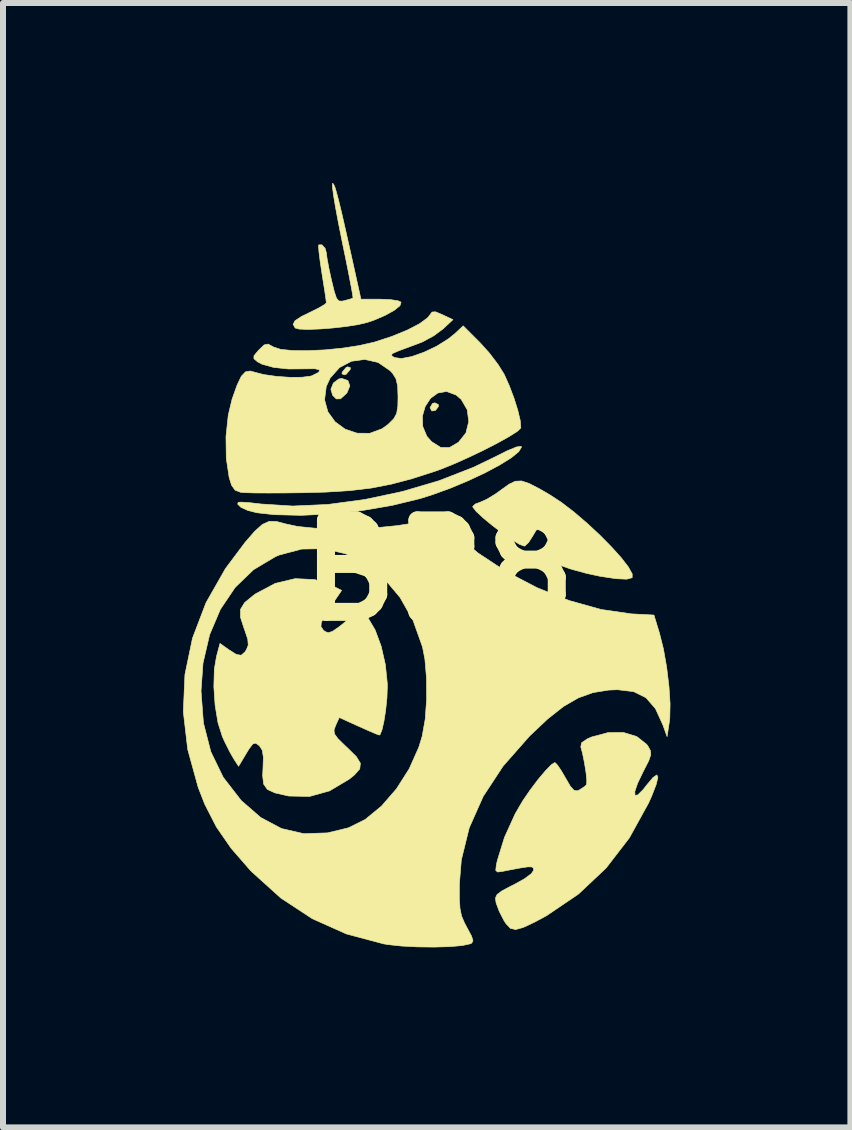
<source format=kicad_pcb>
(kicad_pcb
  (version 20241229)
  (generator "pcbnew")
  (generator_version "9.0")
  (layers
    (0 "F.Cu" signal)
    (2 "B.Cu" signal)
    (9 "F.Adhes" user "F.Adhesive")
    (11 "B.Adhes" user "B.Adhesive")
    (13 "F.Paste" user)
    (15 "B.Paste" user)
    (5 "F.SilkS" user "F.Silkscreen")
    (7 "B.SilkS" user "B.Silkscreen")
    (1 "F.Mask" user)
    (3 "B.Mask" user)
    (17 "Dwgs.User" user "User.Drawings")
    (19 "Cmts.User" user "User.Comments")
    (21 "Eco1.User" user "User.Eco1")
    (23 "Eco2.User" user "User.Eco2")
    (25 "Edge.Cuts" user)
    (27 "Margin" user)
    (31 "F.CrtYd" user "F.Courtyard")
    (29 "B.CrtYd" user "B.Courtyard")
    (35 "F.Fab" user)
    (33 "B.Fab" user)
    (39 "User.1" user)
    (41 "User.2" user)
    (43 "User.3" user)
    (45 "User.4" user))
  (footprint "BB8"
    (layer "F.Cu")
    (at 4.269 6.457)
    (property "Reference" "BB8" (at 0 0 0) (layer "F.SilkS") (effects (font (size 1.524 1.524) (thickness 0.3))))
    (attr through_hole)
    (fp_poly (pts (xy -0.013 -2.764) (xy -0.012 -2.734) (xy -0.062 -2.667) (xy -0.123 -2.658) (xy -0.152 -2.714) (xy -0.111 -2.784) (xy -0.072 -2.794) (xy -0.013 -2.764)) (stroke (width 0.01) (type solid)) (fill yes) (layer "F.SilkS"))
    (fp_poly (pts (xy -1.48 -3.38) (xy -1.483 -3.35) (xy -1.547 -3.273) (xy -1.572 -3.261) (xy -1.619 -3.275) (xy -1.616 -3.305) (xy -1.552 -3.382) (xy -1.527 -3.394) (xy -1.48 -3.38)) (stroke (width 0.01) (type solid)) (fill yes) (layer "F.SilkS"))
    (fp_poly (pts (xy -1.521 -3.165) (xy -1.489 -3.077) (xy -1.534 -2.965) (xy -1.551 -2.945) (xy -1.644 -2.861) (xy -1.714 -2.859) (xy -1.775 -2.918) (xy -1.805 -3.019) (xy -1.763 -3.124) (xy -1.672 -3.192) (xy -1.622 -3.2) (xy -1.521 -3.165)) (stroke (width 0.01) (type solid)) (fill yes) (layer "F.SilkS"))
    (fp_poly (pts (xy 1.372 -2.057) (xy 1.326 -1.98) (xy 1.2 -1.877) (xy 1.008 -1.758) (xy 0.767 -1.629) (xy 0.49 -1.499) (xy 0.195 -1.375) (xy -0.104 -1.266) (xy -0.314 -1.199) (xy -0.783 -1.085) (xy -1.289 -0.998) (xy -1.804 -0.942) (xy -2.3 -0.919) (xy -2.751 -0.93) (xy -3.036 -0.962) (xy -3.189 -1) (xy -3.304 -1.053) (xy -3.358 -1.106) (xy -3.349 -1.136) (xy -3.292 -1.139) (xy -3.161 -1.13) (xy -2.985 -1.11) (xy -2.972 -1.108) (xy -2.441 -1.074) (xy -1.856 -1.1) (xy -1.239 -1.183) (xy -0.614 -1.316) (xy -0.003 -1.496) (xy 0.57 -1.719) (xy 0.902 -1.879) (xy 1.136 -1.996) (xy 1.291 -2.059) (xy 1.365 -2.068) (xy 1.372 -2.057)) (stroke (width 0.01) (type solid)) (fill yes) (layer "F.SilkS"))
    (fp_poly (pts (xy 1.497 -1.451) (xy 1.67 -1.362) (xy 1.847 -1.259) (xy 2.039 -1.133) (xy 2.25 -0.971) (xy 2.467 -0.785) (xy 2.678 -0.589) (xy 2.871 -0.393) (xy 3.034 -0.212) (xy 3.153 -0.058) (xy 3.217 0.058) (xy 3.216 0.12) (xy 3.127 0.145) (xy 2.947 0.137) (xy 2.678 0.096) (xy 2.667 0.094) (xy 2.455 0.048) (xy 2.235 -0.012) (xy 2.175 -0.03) (xy 2.039 -0.078) (xy 1.964 -0.13) (xy 1.928 -0.217) (xy 1.904 -0.371) (xy 1.902 -0.388) (xy 1.872 -0.562) (xy 1.828 -0.66) (xy 1.759 -0.709) (xy 1.759 -0.709) (xy 1.679 -0.721) (xy 1.615 -0.669) (xy 1.561 -0.578) (xy 1.49 -0.467) (xy 1.428 -0.409) (xy 1.418 -0.406) (xy 1.338 -0.436) (xy 1.208 -0.515) (xy 1.049 -0.626) (xy 0.883 -0.752) (xy 0.732 -0.877) (xy 0.617 -0.984) (xy 0.561 -1.056) (xy 0.559 -1.067) (xy 0.602 -1.108) (xy 0.682 -1.137) (xy 0.79 -1.185) (xy 0.938 -1.275) (xy 1.041 -1.349) (xy 1.165 -1.438) (xy 1.268 -1.487) (xy 1.371 -1.492) (xy 1.497 -1.451)) (stroke (width 0.01) (type solid)) (fill yes) (layer "F.SilkS"))
    (fp_poly (pts (xy -1.76 -6.438) (xy -1.738 -6.389) (xy -1.71 -6.296) (xy -1.671 -6.148) (xy -1.62 -5.937) (xy -1.555 -5.651) (xy -1.472 -5.281) (xy -1.419 -5.042) (xy -1.304 -4.521) (xy -0.985 -4.521) (xy -0.814 -4.514) (xy -0.687 -4.495) (xy -0.635 -4.471) (xy -0.653 -4.413) (xy -0.748 -4.336) (xy -0.901 -4.251) (xy -1.093 -4.169) (xy -1.194 -4.135) (xy -1.348 -4.098) (xy -1.549 -4.066) (xy -1.774 -4.041) (xy -1.996 -4.024) (xy -2.191 -4.017) (xy -2.335 -4.023) (xy -2.4 -4.041) (xy -2.434 -4.103) (xy -2.402 -4.163) (xy -2.293 -4.234) (xy -2.159 -4.299) (xy -2.012 -4.372) (xy -1.91 -4.432) (xy -1.88 -4.461) (xy -1.888 -4.524) (xy -1.908 -4.662) (xy -1.938 -4.851) (xy -1.954 -4.951) (xy -1.984 -5.153) (xy -2.004 -5.314) (xy -2.01 -5.41) (xy -2.008 -5.426) (xy -1.954 -5.427) (xy -1.9 -5.367) (xy -1.88 -5.293) (xy -1.869 -5.203) (xy -1.84 -5.047) (xy -1.799 -4.856) (xy -1.794 -4.836) (xy -1.748 -4.647) (xy -1.712 -4.539) (xy -1.673 -4.492) (xy -1.619 -4.488) (xy -1.578 -4.497) (xy -1.477 -4.525) (xy -1.436 -4.541) (xy -1.442 -4.592) (xy -1.466 -4.727) (xy -1.505 -4.931) (xy -1.556 -5.187) (xy -1.617 -5.481) (xy -1.621 -5.502) (xy -1.68 -5.797) (xy -1.728 -6.055) (xy -1.762 -6.26) (xy -1.779 -6.397) (xy -1.778 -6.451) (xy -1.777 -6.452) (xy -1.76 -6.438)) (stroke (width 0.01) (type solid)) (fill yes) (layer "F.SilkS"))
    (fp_poly (pts (xy 3.292 2.767) (xy 3.457 2.897) (xy 3.481 2.93) (xy 3.52 3.002) (xy 3.526 3.071) (xy 3.494 3.167) (xy 3.417 3.319) (xy 3.401 3.35) (xy 3.307 3.545) (xy 3.261 3.68) (xy 3.263 3.748) (xy 3.31 3.74) (xy 3.4 3.651) (xy 3.454 3.581) (xy 3.563 3.451) (xy 3.627 3.407) (xy 3.645 3.446) (xy 3.617 3.564) (xy 3.543 3.756) (xy 3.489 3.876) (xy 3.17 4.455) (xy 2.781 4.96) (xy 2.322 5.392) (xy 1.791 5.752) (xy 1.589 5.861) (xy 1.4 5.949) (xy 1.274 5.984) (xy 1.186 5.963) (xy 1.113 5.885) (xy 1.077 5.829) (xy 1.001 5.68) (xy 0.949 5.541) (xy 0.947 5.531) (xy 0.938 5.458) (xy 0.964 5.401) (xy 1.043 5.341) (xy 1.192 5.262) (xy 1.245 5.236) (xy 1.42 5.139) (xy 1.536 5.053) (xy 1.575 4.995) (xy 1.57 4.959) (xy 1.543 4.94) (xy 1.478 4.939) (xy 1.355 4.957) (xy 1.156 4.994) (xy 1.058 5.014) (xy 0.974 5.025) (xy 0.943 4.999) (xy 0.952 4.911) (xy 0.969 4.834) (xy 1.088 4.448) (xy 1.267 4.054) (xy 1.391 3.841) (xy 1.515 3.66) (xy 1.647 3.485) (xy 1.771 3.338) (xy 1.87 3.236) (xy 1.928 3.2) (xy 1.97 3.241) (xy 2.041 3.347) (xy 2.103 3.454) (xy 2.187 3.598) (xy 2.248 3.665) (xy 2.304 3.672) (xy 2.337 3.657) (xy 2.426 3.599) (xy 2.457 3.568) (xy 2.46 3.501) (xy 2.447 3.368) (xy 2.421 3.205) (xy 2.388 3.043) (xy 2.36 2.94) (xy 2.373 2.871) (xy 2.469 2.806) (xy 2.54 2.775) (xy 2.813 2.702) (xy 3.071 2.7) (xy 3.292 2.767)) (stroke (width 0.01) (type solid)) (fill yes) (layer "F.SilkS"))
    (fp_poly (pts (xy -2.072 0.152) (xy -1.791 0.249) (xy -1.626 0.332) (xy -1.804 0.596) (xy -1.912 0.762) (xy -1.965 0.869) (xy -1.97 0.938) (xy -1.931 0.993) (xy -1.906 1.015) (xy -1.851 1.038) (xy -1.778 1.015) (xy -1.664 0.936) (xy -1.569 0.859) (xy -1.307 0.64) (xy -1.186 0.79) (xy -1.067 0.992) (xy -0.967 1.262) (xy -0.897 1.569) (xy -0.865 1.878) (xy -0.864 1.939) (xy -0.871 2.129) (xy -0.892 2.33) (xy -0.921 2.515) (xy -0.954 2.659) (xy -0.986 2.736) (xy -0.998 2.743) (xy -1.051 2.724) (xy -1.171 2.673) (xy -1.332 2.601) (xy -1.342 2.597) (xy -1.665 2.45) (xy -1.726 2.584) (xy -1.753 2.659) (xy -1.745 2.724) (xy -1.688 2.802) (xy -1.571 2.917) (xy -1.529 2.956) (xy -1.38 3.103) (xy -1.313 3.213) (xy -1.324 3.308) (xy -1.414 3.409) (xy -1.503 3.48) (xy -1.827 3.673) (xy -2.161 3.766) (xy -2.503 3.759) (xy -2.525 3.755) (xy -2.736 3.707) (xy -2.863 3.649) (xy -2.926 3.559) (xy -2.942 3.418) (xy -2.936 3.296) (xy -2.93 3.111) (xy -2.948 2.996) (xy -2.995 2.923) (xy -3.002 2.917) (xy -3.058 2.877) (xy -3.107 2.892) (xy -3.17 2.975) (xy -3.216 3.051) (xy -3.343 3.263) (xy -3.421 3.143) (xy -3.488 3.026) (xy -3.57 2.863) (xy -3.613 2.769) (xy -3.686 2.538) (xy -3.734 2.248) (xy -3.755 1.937) (xy -3.747 1.645) (xy -3.711 1.433) (xy -3.653 1.216) (xy -3.508 1.319) (xy -3.381 1.399) (xy -3.3 1.413) (xy -3.238 1.359) (xy -3.213 1.322) (xy -3.182 1.244) (xy -3.19 1.145) (xy -3.241 0.993) (xy -3.252 0.964) (xy -3.311 0.781) (xy -3.311 0.648) (xy -3.242 0.535) (xy -3.093 0.413) (xy -3.056 0.387) (xy -2.732 0.215) (xy -2.4 0.136) (xy -2.072 0.152)) (stroke (width 0.01) (type solid)) (fill yes) (layer "F.SilkS"))
    (fp_poly (pts (xy 0.242 -0.637) (xy 0.646 -0.292) (xy 1.117 0.019) (xy 1.631 0.287) (xy 2.166 0.501) (xy 2.698 0.65) (xy 3.202 0.723) (xy 3.237 0.725) (xy 3.579 0.743) (xy 3.67 1.041) (xy 3.737 1.307) (xy 3.791 1.614) (xy 3.829 1.93) (xy 3.848 2.222) (xy 3.843 2.459) (xy 3.836 2.519) (xy 3.798 2.769) (xy 3.729 2.576) (xy 3.605 2.304) (xy 3.447 2.121) (xy 3.241 2.019) (xy 2.973 1.987) (xy 2.824 1.993) (xy 2.564 2.035) (xy 2.319 2.123) (xy 2.072 2.266) (xy 1.807 2.475) (xy 1.504 2.761) (xy 1.499 2.767) (xy 1.066 3.259) (xy 0.733 3.766) (xy 0.501 4.288) (xy 0.369 4.823) (xy 0.336 5.232) (xy 0.336 5.469) (xy 0.347 5.634) (xy 0.373 5.759) (xy 0.422 5.874) (xy 0.464 5.953) (xy 0.539 6.093) (xy 0.563 6.17) (xy 0.542 6.21) (xy 0.516 6.222) (xy 0.381 6.251) (xy 0.173 6.269) (xy -0.083 6.276) (xy -0.358 6.273) (xy -0.626 6.259) (xy -0.859 6.234) (xy -0.932 6.221) (xy -1.547 6.057) (xy -2.115 5.803) (xy -2.639 5.459) (xy -3.124 5.021) (xy -3.154 4.99) (xy -3.47 4.626) (xy -3.714 4.272) (xy -3.907 3.895) (xy -4.016 3.615) (xy -4.191 2.981) (xy -4.264 2.353) (xy -4.249 2.007) (xy -3.969 2.007) (xy -3.929 2.541) (xy -3.806 3.02) (xy -3.599 3.447) (xy -3.304 3.828) (xy -3.299 3.834) (xy -2.974 4.117) (xy -2.627 4.301) (xy -2.257 4.386) (xy -1.861 4.373) (xy -1.511 4.288) (xy -1.232 4.149) (xy -0.961 3.926) (xy -0.712 3.639) (xy -0.5 3.306) (xy -0.339 2.945) (xy -0.283 2.761) (xy -0.233 2.479) (xy -0.209 2.144) (xy -0.211 1.798) (xy -0.238 1.479) (xy -0.277 1.277) (xy -0.435 0.833) (xy -0.652 0.45) (xy -0.918 0.133) (xy -1.224 -0.112) (xy -1.561 -0.279) (xy -1.92 -0.363) (xy -2.292 -0.357) (xy -2.667 -0.257) (xy -2.732 -0.229) (xy -3.094 -0.013) (xy -3.4 0.282) (xy -3.646 0.647) (xy -3.826 1.071) (xy -3.936 1.544) (xy -3.969 2.007) (xy -4.249 2.007) (xy -4.237 1.734) (xy -4.111 1.128) (xy -3.886 0.538) (xy -3.562 -0.031) (xy -3.235 -0.468) (xy -3.073 -0.654) (xy -2.947 -0.767) (xy -2.835 -0.818) (xy -2.713 -0.817) (xy -2.559 -0.776) (xy -2.356 -0.733) (xy -2.076 -0.705) (xy -1.746 -0.692) (xy -1.389 -0.695) (xy -1.03 -0.714) (xy -0.694 -0.748) (xy -0.469 -0.783) (xy 0.001 -0.874) (xy 0.242 -0.637)) (stroke (width 0.01) (type solid)) (fill yes) (layer "F.SilkS"))
    (fp_poly (pts (xy 0.048 -4.265) (xy 0.059 -4.26) (xy 0.229 -4.18) (xy 0.067 -4.028) (xy -0.089 -3.912) (xy -0.273 -3.812) (xy -0.314 -3.795) (xy -0.488 -3.73) (xy -0.65 -3.67) (xy -0.686 -3.656) (xy -0.783 -3.614) (xy -0.794 -3.581) (xy -0.748 -3.549) (xy -0.631 -3.532) (xy -0.457 -3.565) (xy -0.251 -3.638) (xy -0.039 -3.739) (xy 0.155 -3.861) (xy 0.264 -3.949) (xy 0.4 -4.077) (xy 0.677 -3.8) (xy 0.836 -3.624) (xy 0.982 -3.432) (xy 1.083 -3.27) (xy 1.168 -3.08) (xy 1.247 -2.87) (xy 1.311 -2.667) (xy 1.351 -2.497) (xy 1.36 -2.386) (xy 1.357 -2.371) (xy 1.299 -2.316) (xy 1.166 -2.232) (xy 0.978 -2.127) (xy 0.753 -2.011) (xy 0.509 -1.894) (xy 0.267 -1.785) (xy 0.044 -1.694) (xy -0.07 -1.653) (xy -0.455 -1.529) (xy -0.8 -1.438) (xy -1.135 -1.373) (xy -1.489 -1.331) (xy -1.891 -1.306) (xy -2.261 -1.296) (xy -2.565 -1.292) (xy -2.841 -1.291) (xy -3.072 -1.292) (xy -3.236 -1.297) (xy -3.309 -1.303) (xy -3.401 -1.338) (xy -3.46 -1.421) (xy -3.5 -1.549) (xy -3.548 -1.869) (xy -3.553 -2.231) (xy -3.515 -2.589) (xy -3.454 -2.844) (xy -1.91 -2.844) (xy -1.855 -2.644) (xy -1.735 -2.478) (xy -1.567 -2.355) (xy -1.368 -2.288) (xy -1.157 -2.286) (xy -0.951 -2.362) (xy -0.852 -2.434) (xy -0.758 -2.527) (xy -0.733 -2.571) (xy -0.28 -2.571) (xy -0.274 -2.4) (xy -0.206 -2.237) (xy -0.126 -2.146) (xy 0.027 -2.05) (xy 0.171 -2.049) (xy 0.321 -2.136) (xy 0.445 -2.291) (xy 0.493 -2.482) (xy 0.467 -2.679) (xy 0.368 -2.85) (xy 0.282 -2.924) (xy 0.123 -2.983) (xy -0.022 -2.958) (xy -0.144 -2.869) (xy -0.233 -2.734) (xy -0.28 -2.571) (xy -0.733 -2.571) (xy -0.709 -2.616) (xy -0.689 -2.738) (xy -0.686 -2.89) (xy -0.692 -3.075) (xy -0.72 -3.195) (xy -0.778 -3.288) (xy -0.818 -3.33) (xy -1.018 -3.467) (xy -1.24 -3.517) (xy -1.461 -3.487) (xy -1.661 -3.382) (xy -1.817 -3.207) (xy -1.882 -3.066) (xy -1.91 -2.844) (xy -3.454 -2.844) (xy -3.451 -2.856) (xy -3.368 -3.089) (xy -3.298 -3.236) (xy -3.228 -3.31) (xy -3.15 -3.324) (xy -3.086 -3.307) (xy -2.925 -3.265) (xy -2.715 -3.235) (xy -2.491 -3.219) (xy -2.287 -3.22) (xy -2.141 -3.239) (xy -2.121 -3.245) (xy -2.008 -3.302) (xy -1.992 -3.342) (xy -2.07 -3.362) (xy -2.239 -3.36) (xy -2.239 -3.36) (xy -2.511 -3.358) (xy -2.758 -3.384) (xy -2.951 -3.437) (xy -3.028 -3.478) (xy -3.088 -3.53) (xy -3.086 -3.579) (xy -3.017 -3.662) (xy -3.004 -3.676) (xy -2.917 -3.759) (xy -2.851 -3.773) (xy -2.764 -3.726) (xy -2.761 -3.724) (xy -2.641 -3.685) (xy -2.444 -3.665) (xy -2.192 -3.663) (xy -1.908 -3.676) (xy -1.614 -3.705) (xy -1.333 -3.748) (xy -1.087 -3.804) (xy -1.075 -3.807) (xy -0.788 -3.901) (xy -0.532 -4.006) (xy -0.328 -4.112) (xy -0.194 -4.21) (xy -0.16 -4.252) (xy -0.119 -4.307) (xy -0.061 -4.311) (xy 0.048 -4.265)) (stroke (width 0.01) (type solid)) (fill yes) (layer "F.SilkS")))
  (gr_rect
    (start -3 -3)
    (end 11.122 15.738)
    (stroke (width 0.1) (type default))
    (fill no)
    (layer "Edge.Cuts")))
</source>
